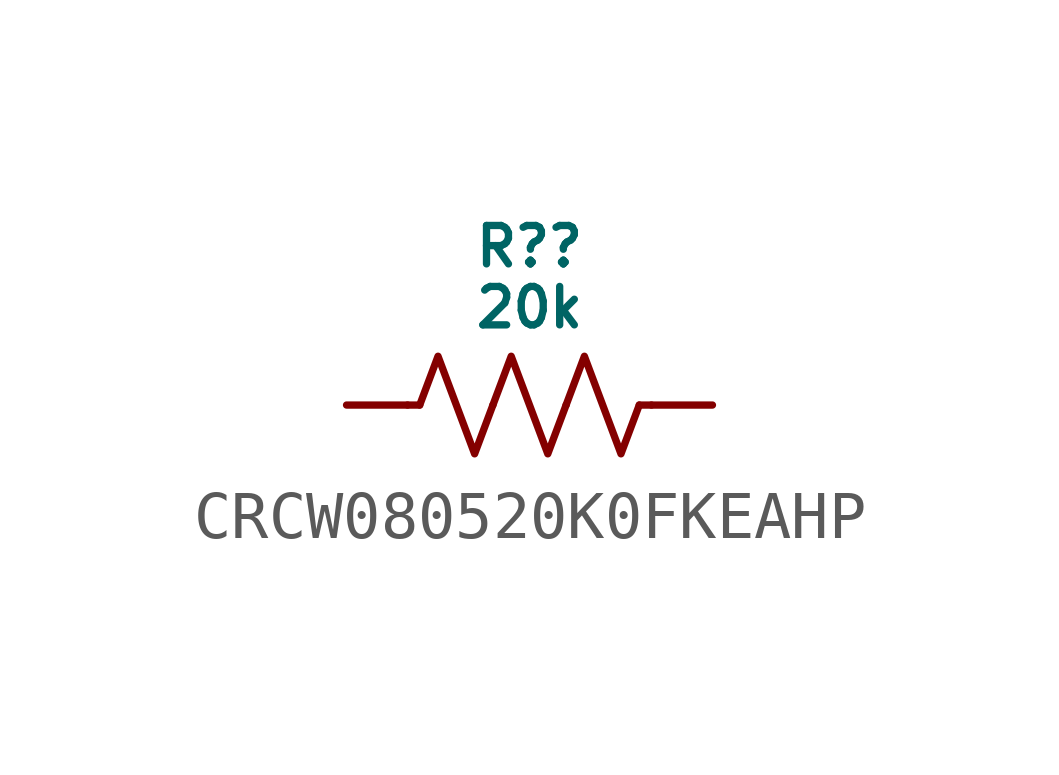
<source format=kicad_sym>
(kicad_symbol_lib
  (version 20231120)
  (generator "kicad_symbol_editor")
  (generator_version "8.0")
  (symbol "CRCW080520K0FKEAHP"
    (pin_numbers hide)
    (pin_names hide)
    (property "Reference" "R?"
      (at 0 3.302 0)
      (do_not_autoplace)
      (effects (font (size 0.8 0.8))))
    (property "Value" "20k"
      (at 0 2.032 0)
      (do_not_autoplace)
      (effects (font (size 0.8 0.8))))
    (symbol "CRCW080520K0FKEAHP_0_1"
      (polyline (pts (xy -2.286 0) (xy -2.54 0)) (stroke (width 0) (type default)) (fill (type none)))
      (polyline (pts (xy 2.286 0) (xy 2.54 0)) (stroke (width 0) (type default)) (fill (type none)))
      (polyline (pts (xy -2.286 0) (xy -1.905 1.016) (xy -1.524 0) (xy -1.143 -1.016) (xy -0.762 0)) (stroke (width 0) (type default)) (fill (type none)))
      (polyline (pts (xy -0.762 0) (xy -0.381 1.016) (xy 0 0) (xy 0.381 -1.016) (xy 0.762 0)) (stroke (width 0) (type default)) (fill (type none)))
      (polyline (pts (xy 0.762 0) (xy 1.143 1.016) (xy 1.524 0) (xy 1.905 -1.016) (xy 2.286 0)) (stroke (width 0) (type default)) (fill (type none))))
    (symbol "CRCW080520K0FKEAHP_1_0"
      (pin passive line (at -3.81 0 0) (length 1.27) (name "" (effects (font (size 0.8 0.8)))) (number "1" (effects (font (size 0.8 0.8)))))
      (pin passive line (at 3.81 0 180) (length 1.27) (name "" (effects (font (size 0.8 0.8)))) (number "2" (effects (font (size 0.8 0.8))))))))
</source>
